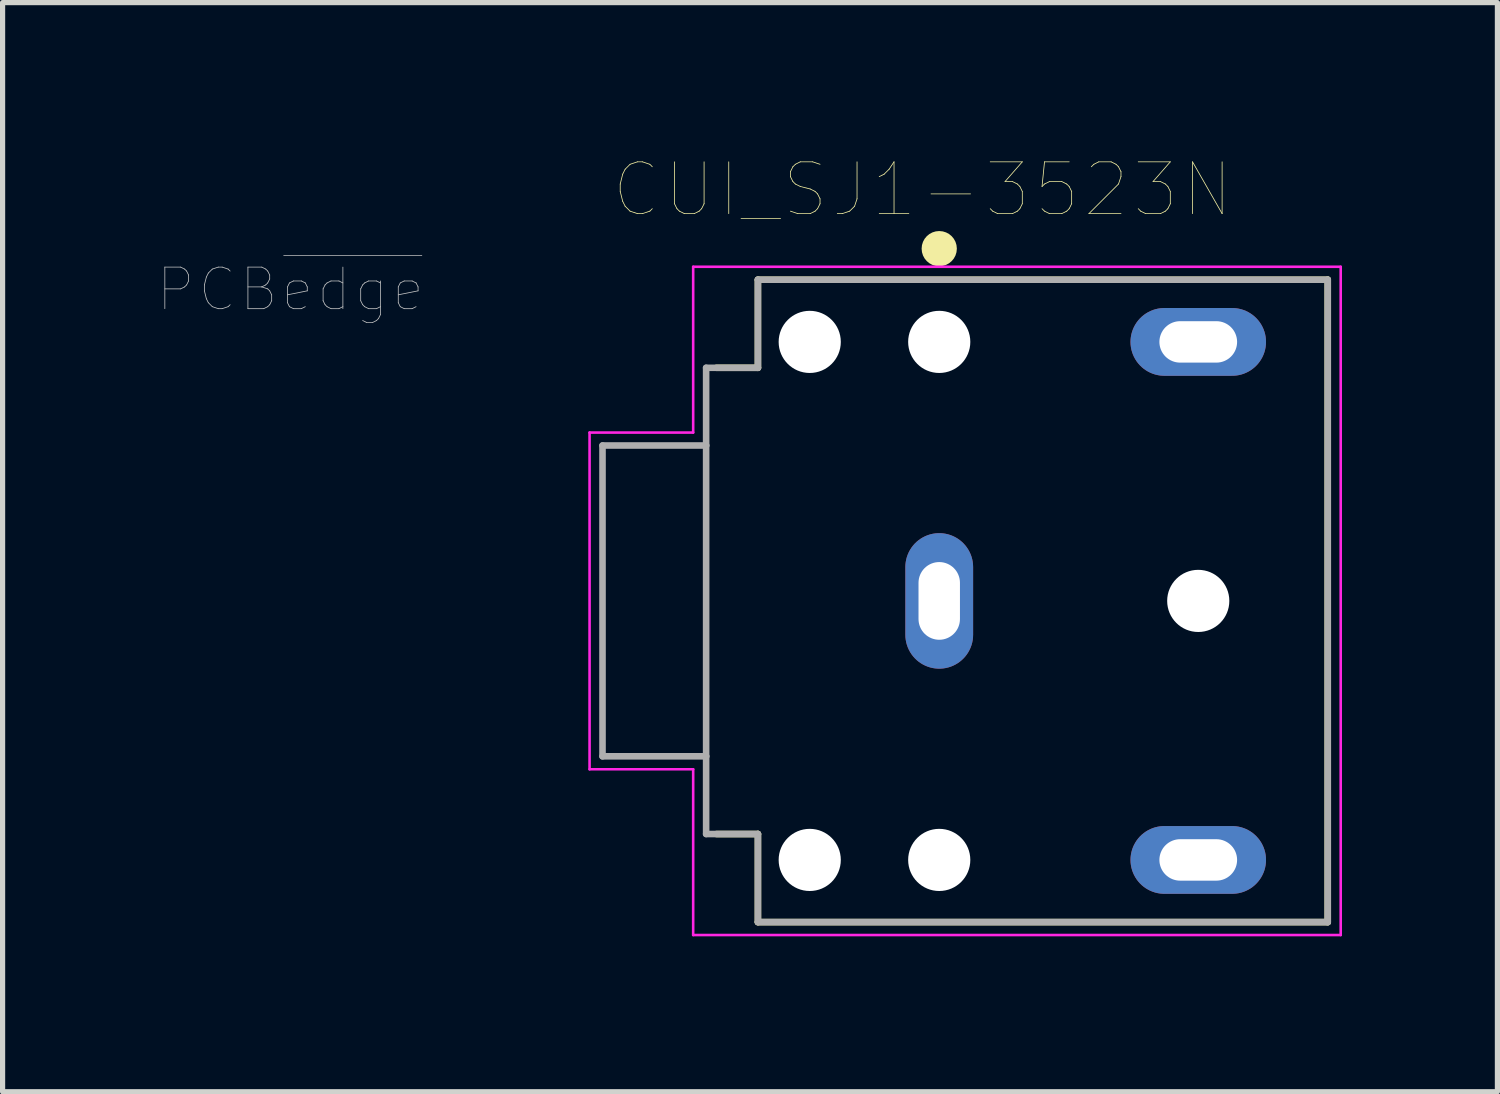
<source format=kicad_pcb>
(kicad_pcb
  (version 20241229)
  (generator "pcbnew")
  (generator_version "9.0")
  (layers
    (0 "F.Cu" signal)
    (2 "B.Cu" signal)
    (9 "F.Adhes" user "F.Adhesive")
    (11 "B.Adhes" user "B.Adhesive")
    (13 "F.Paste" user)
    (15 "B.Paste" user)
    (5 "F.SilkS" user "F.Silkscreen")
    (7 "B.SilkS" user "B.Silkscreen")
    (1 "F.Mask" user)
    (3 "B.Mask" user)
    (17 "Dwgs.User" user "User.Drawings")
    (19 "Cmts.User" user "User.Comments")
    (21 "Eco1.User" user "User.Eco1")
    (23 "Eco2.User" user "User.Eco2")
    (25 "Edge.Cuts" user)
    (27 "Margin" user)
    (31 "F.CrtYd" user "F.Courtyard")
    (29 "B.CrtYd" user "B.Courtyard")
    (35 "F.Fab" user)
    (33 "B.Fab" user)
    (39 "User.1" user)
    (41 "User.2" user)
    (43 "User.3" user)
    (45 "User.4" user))
  (footprint "CUI_SJ1-3523N"
    (layer "F.Cu")
    (at 15.081 8.55)
    (property "Reference" "CUI_SJ1-3523N" (at -0.325 -7.938 0) (layer "F.SilkS") (effects (font (size 1 1) (thickness 0.015))))
    (attr through_hole)
    (fp_line (start -3.5 -6.2) (end -3.5 -4.5) (stroke (width 0.127) (type solid)) (layer "F.SilkS"))
    (fp_line (start -3.5 -4.5) (end -4.3 -4.5) (stroke (width 0.127) (type solid)) (layer "F.SilkS"))
    (fp_line (start -3.5 4.5) (end -4.3 4.5) (stroke (width 0.127) (type solid)) (layer "F.SilkS"))
    (fp_line (start -3.5 4.5) (end -3.5 6.2) (stroke (width 0.127) (type solid)) (layer "F.SilkS"))
    (fp_line (start 7.5 -6.2) (end -3.5 -6.2) (stroke (width 0.127) (type solid)) (layer "F.SilkS"))
    (fp_line (start 7.5 -6.2) (end 7.5 6.2) (stroke (width 0.127) (type solid)) (layer "F.SilkS"))
    (fp_line (start 7.5 6.2) (end -3.5 6.2) (stroke (width 0.127) (type solid)) (layer "F.SilkS"))
    (fp_circle (center 0 -6.8) (end 0.17 -6.8) (stroke (width 0.34) (type solid)) (fill no) (layer "F.SilkS"))
    (fp_line (start -4.5 -6) (end -4.5 -2) (stroke (width 0.0001) (type solid)) (layer "Edge.Cuts"))
    (fp_line (start -4.5 -2) (end -3.3 -2) (stroke (width 0.0001) (type solid)) (layer "Edge.Cuts"))
    (fp_line (start -4.5 2) (end -4.5 6) (stroke (width 0.0001) (type solid)) (layer "Edge.Cuts"))
    (fp_line (start -3.3 -2) (end -3.3 2) (stroke (width 0.0001) (type solid)) (layer "Edge.Cuts"))
    (fp_line (start -3.3 2) (end -4.5 2) (stroke (width 0.0001) (type solid)) (layer "Edge.Cuts"))
    (fp_line (start -6.75 -3.25) (end -6.75 3.25) (stroke (width 0.05) (type solid)) (layer "F.CrtYd"))
    (fp_line (start -6.75 3.25) (end -4.75 3.25) (stroke (width 0.05) (type solid)) (layer "F.CrtYd"))
    (fp_line (start -4.75 -6.45) (end -4.75 -3.25) (stroke (width 0.05) (type solid)) (layer "F.CrtYd"))
    (fp_line (start -4.75 -6.45) (end 7.75 -6.45) (stroke (width 0.05) (type solid)) (layer "F.CrtYd"))
    (fp_line (start -4.75 -3.25) (end -6.75 -3.25) (stroke (width 0.05) (type solid)) (layer "F.CrtYd"))
    (fp_line (start -4.75 3.25) (end -4.75 6.45) (stroke (width 0.05) (type solid)) (layer "F.CrtYd"))
    (fp_line (start 7.75 -6.45) (end 7.75 6.45) (stroke (width 0.05) (type solid)) (layer "F.CrtYd"))
    (fp_line (start 7.75 6.45) (end -4.75 6.45) (stroke (width 0.05) (type solid)) (layer "F.CrtYd"))
    (fp_line (start -6.5 -3) (end -6.5 3) (stroke (width 0.127) (type solid)) (layer "F.Fab"))
    (fp_line (start -6.5 3) (end -4.5 3) (stroke (width 0.127) (type solid)) (layer "F.Fab"))
    (fp_line (start -4.5 -4.5) (end -4.5 -3) (stroke (width 0.127) (type solid)) (layer "F.Fab"))
    (fp_line (start -4.5 -3) (end -6.5 -3) (stroke (width 0.127) (type solid)) (layer "F.Fab"))
    (fp_line (start -4.5 -3) (end -4.5 3) (stroke (width 0.127) (type solid)) (layer "F.Fab"))
    (fp_line (start -4.5 3) (end -4.5 4.5) (stroke (width 0.127) (type solid)) (layer "F.Fab"))
    (fp_line (start -4.5 4.5) (end -3.5 4.5) (stroke (width 0.127) (type solid)) (layer "F.Fab"))
    (fp_line (start -3.5 -6.2) (end -3.5 -4.5) (stroke (width 0.127) (type solid)) (layer "F.Fab"))
    (fp_line (start -3.5 -4.5) (end -4.5 -4.5) (stroke (width 0.127) (type solid)) (layer "F.Fab"))
    (fp_line (start -3.5 4.5) (end -3.5 6.2) (stroke (width 0.127) (type solid)) (layer "F.Fab"))
    (fp_line (start 7.5 -6.2) (end -3.5 -6.2) (stroke (width 0.127) (type solid)) (layer "F.Fab"))
    (fp_line (start 7.5 -6.2) (end 7.5 6.2) (stroke (width 0.127) (type solid)) (layer "F.Fab"))
    (fp_line (start 7.5 6.2) (end -3.5 6.2) (stroke (width 0.127) (type solid)) (layer "F.Fab"))
    (fp_text user "PCB~{edge}" (at -12.524 -6.012 0) (layer "Dwgs.User") (effects (font (size 0.802 0.802) (thickness 0.015))))
    (pad "" np_thru_hole circle (at -2.5 -5) (size 1.2 1.2) (drill 1.2) (layers "*.Cu" "*.Mask"))
    (pad "" np_thru_hole circle (at -2.5 5) (size 1.2 1.2) (drill 1.2) (layers "*.Cu" "*.Mask"))
    (pad "" np_thru_hole circle (at 0 -5) (size 1.2 1.2) (drill 1.2) (layers "*.Cu" "*.Mask"))
    (pad "" np_thru_hole circle (at 0 5) (size 1.2 1.2) (drill 1.2) (layers "*.Cu" "*.Mask"))
    (pad "" np_thru_hole circle (at 5 0) (size 1.2 1.2) (drill 1.2) (layers "*.Cu" "*.Mask"))
    (pad "R" thru_hole oval (at 5 -5) (size 2.616 1.308) (drill oval 1.5 0.8) (layers "*.Cu" "*.Mask"))
    (pad "S" thru_hole oval (at 0 0) (size 1.308 2.616) (drill oval 0.8 1.5) (layers "*.Cu" "*.Mask"))
    (pad "T" thru_hole oval (at 5 5) (size 2.616 1.308) (drill oval 1.5 0.8) (layers "*.Cu" "*.Mask")))
  (gr_rect
    (start -3 -3)
    (end 25.856 18.025)
    (stroke (width 0.1) (type default))
    (fill no)
    (layer "Edge.Cuts")))
</source>
